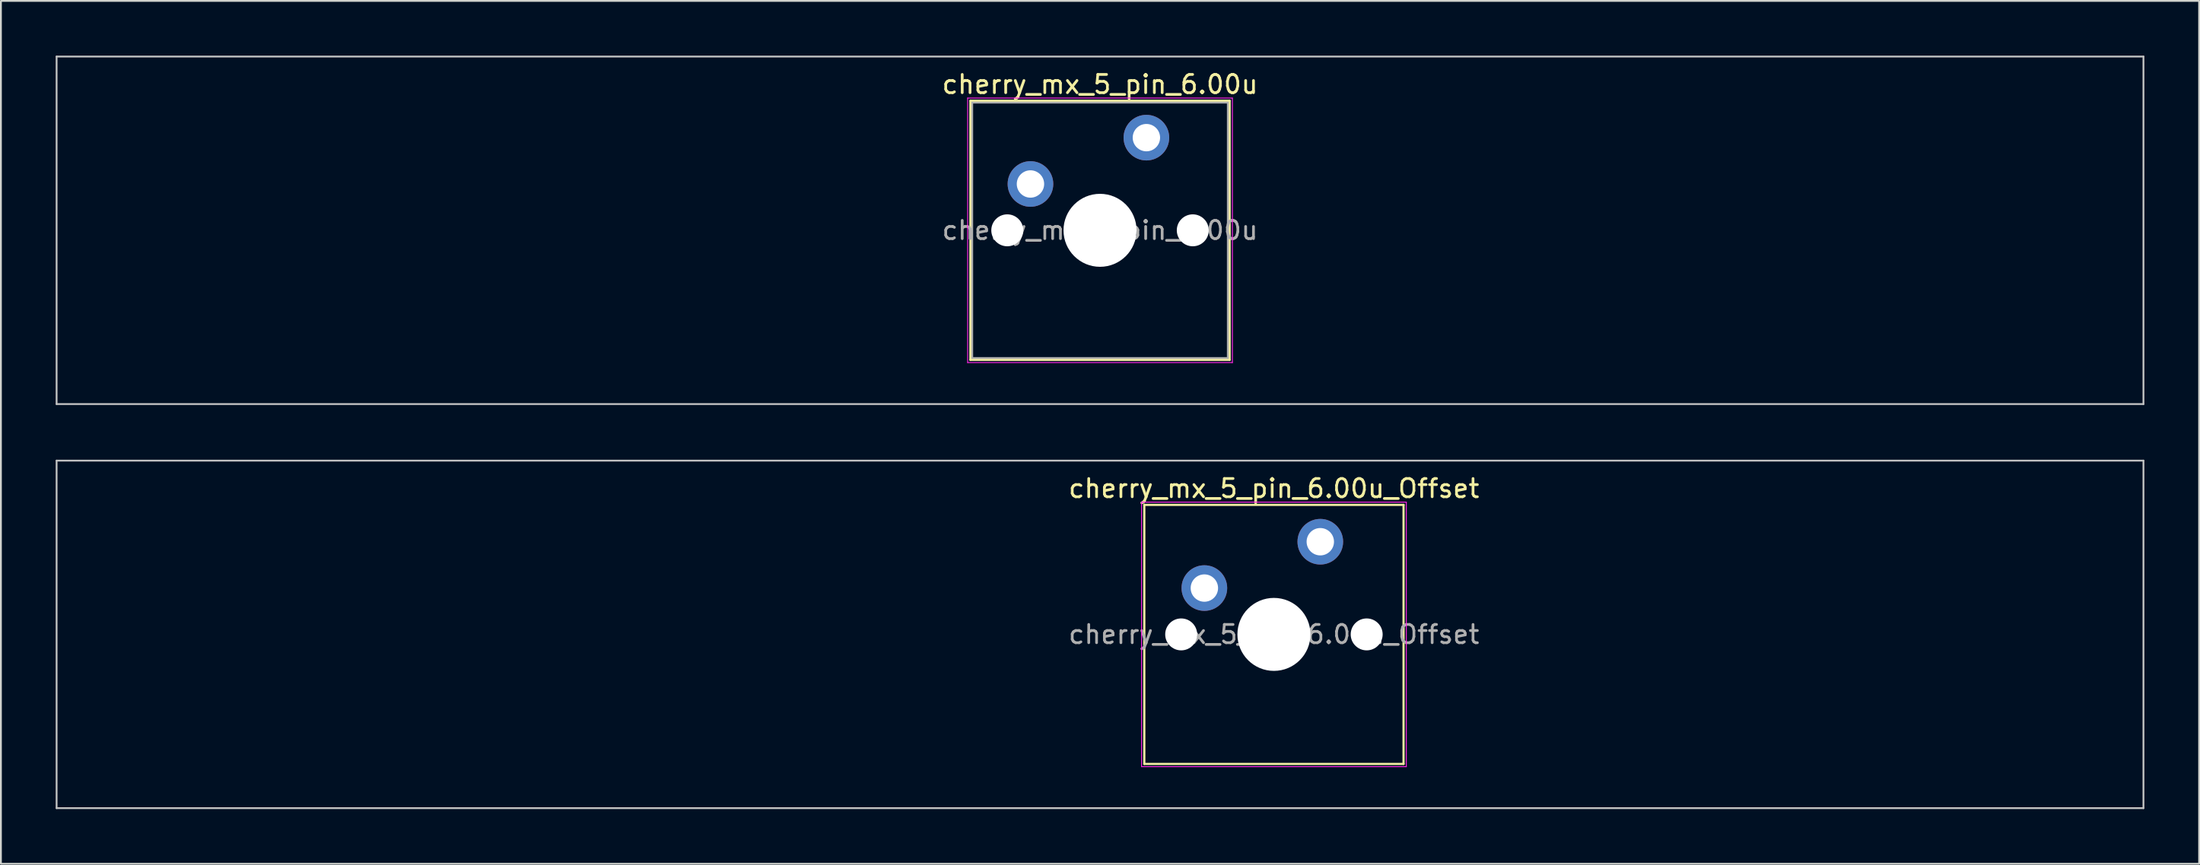
<source format=kicad_pcb>
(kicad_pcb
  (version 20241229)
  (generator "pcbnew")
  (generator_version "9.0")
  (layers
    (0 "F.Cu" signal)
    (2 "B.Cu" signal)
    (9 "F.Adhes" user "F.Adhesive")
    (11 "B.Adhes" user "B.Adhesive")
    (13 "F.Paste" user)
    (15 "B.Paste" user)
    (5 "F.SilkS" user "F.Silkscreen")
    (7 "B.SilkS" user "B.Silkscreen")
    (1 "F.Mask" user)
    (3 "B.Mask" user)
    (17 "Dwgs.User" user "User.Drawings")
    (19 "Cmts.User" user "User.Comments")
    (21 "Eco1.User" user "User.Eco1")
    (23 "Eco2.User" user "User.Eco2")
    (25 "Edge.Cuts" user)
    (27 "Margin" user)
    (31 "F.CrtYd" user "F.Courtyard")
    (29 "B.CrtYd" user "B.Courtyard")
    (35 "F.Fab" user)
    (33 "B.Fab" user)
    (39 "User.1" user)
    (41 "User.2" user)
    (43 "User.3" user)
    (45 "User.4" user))
  (footprint "cherry_mx_5_pin_6.00u"
    (layer "F.Cu")
    (at 57.2 9.575)
    (property "Reference" "cherry_mx_5_pin_6.00u" (at 0 -8 0) (layer "F.SilkS") (effects (font (size 1 1) (thickness 0.15))))
    (attr through_hole)
    (fp_line (start -7.1 -7.1) (end -7.1 7.1) (stroke (width 0.12) (type solid)) (layer "F.SilkS"))
    (fp_line (start -7.1 7.1) (end 7.1 7.1) (stroke (width 0.12) (type solid)) (layer "F.SilkS"))
    (fp_line (start 7.1 -7.1) (end -7.1 -7.1) (stroke (width 0.12) (type solid)) (layer "F.SilkS"))
    (fp_line (start 7.1 7.1) (end 7.1 -7.1) (stroke (width 0.12) (type solid)) (layer "F.SilkS"))
    (fp_line (start -57.15 -9.525) (end -57.15 9.525) (stroke (width 0.1) (type solid)) (layer "Dwgs.User"))
    (fp_line (start -57.15 9.525) (end 57.15 9.525) (stroke (width 0.1) (type solid)) (layer "Dwgs.User"))
    (fp_line (start 57.15 -9.525) (end -57.15 -9.525) (stroke (width 0.1) (type solid)) (layer "Dwgs.User"))
    (fp_line (start 57.15 9.525) (end 57.15 -9.525) (stroke (width 0.1) (type solid)) (layer "Dwgs.User"))
    (fp_line (start -7 -7) (end -7 7) (stroke (width 0.1) (type solid)) (layer "Eco1.User"))
    (fp_line (start -7 7) (end 7 7) (stroke (width 0.1) (type solid)) (layer "Eco1.User"))
    (fp_line (start 7 -7) (end -7 -7) (stroke (width 0.1) (type solid)) (layer "Eco1.User"))
    (fp_line (start 7 7) (end 7 -7) (stroke (width 0.1) (type solid)) (layer "Eco1.User"))
    (fp_line (start -7.25 -7.25) (end -7.25 7.25) (stroke (width 0.05) (type solid)) (layer "F.CrtYd"))
    (fp_line (start -7.25 7.25) (end 7.25 7.25) (stroke (width 0.05) (type solid)) (layer "F.CrtYd"))
    (fp_line (start 7.25 -7.25) (end -7.25 -7.25) (stroke (width 0.05) (type solid)) (layer "F.CrtYd"))
    (fp_line (start 7.25 7.25) (end 7.25 -7.25) (stroke (width 0.05) (type solid)) (layer "F.CrtYd"))
    (fp_line (start -7 -7) (end -7 7) (stroke (width 0.1) (type solid)) (layer "F.Fab"))
    (fp_line (start -7 7) (end 7 7) (stroke (width 0.1) (type solid)) (layer "F.Fab"))
    (fp_line (start 7 -7) (end -7 -7) (stroke (width 0.1) (type solid)) (layer "F.Fab"))
    (fp_line (start 7 7) (end 7 -7) (stroke (width 0.1) (type solid)) (layer "F.Fab"))
    (fp_text user "${REFERENCE}" (at 0 0 0) (layer "F.Fab") (effects (font (size 1 1) (thickness 0.15))))
    (pad "" np_thru_hole circle (at -5.08 0) (size 1.75 1.75) (drill 1.75) (layers "*.Cu" "*.Mask"))
    (pad "" smd circle (at -3.81 -2.54) (size 1.55 1.55) (layers "F.Mask"))
    (pad "" np_thru_hole circle (at 0 0) (size 4 4) (drill 4) (layers "*.Cu" "*.Mask"))
    (pad "" smd circle (at 2.54 -5.08) (size 1.55 1.55) (layers "F.Mask"))
    (pad "" np_thru_hole circle (at 5.08 0) (size 1.75 1.75) (drill 1.75) (layers "*.Cu" "*.Mask"))
    (pad "1" thru_hole circle (at -3.81 -2.54) (size 2.5 2.5) (drill 1.5) (layers "*.Cu" "B.Mask"))
    (pad "2" thru_hole circle (at 2.54 -5.08) (size 2.5 2.5) (drill 1.5) (layers "*.Cu" "B.Mask")))
  (footprint "cherry_mx_5_pin_6.00u_Offset"
    (layer "F.Cu")
    (at 66.725 31.725)
    (property "Reference" "cherry_mx_5_pin_6.00u_Offset" (at 0 -8 0) (layer "F.SilkS") (effects (font (size 1 1) (thickness 0.15))))
    (fp_line (start -7.1 -7.1) (end -7.1 7.1) (stroke (width 0.12) (type solid)) (layer "F.SilkS"))
    (fp_line (start -7.1 7.1) (end 7.1 7.1) (stroke (width 0.12) (type solid)) (layer "F.SilkS"))
    (fp_line (start 7.1 -7.1) (end -7.1 -7.1) (stroke (width 0.12) (type solid)) (layer "F.SilkS"))
    (fp_line (start 7.1 7.1) (end 7.1 -7.1) (stroke (width 0.12) (type solid)) (layer "F.SilkS"))
    (fp_line (start -66.675 -9.525) (end -66.675 9.525) (stroke (width 0.1) (type solid)) (layer "Dwgs.User"))
    (fp_line (start -66.675 9.525) (end 47.625 9.525) (stroke (width 0.1) (type solid)) (layer "Dwgs.User"))
    (fp_line (start 47.625 -9.525) (end -66.675 -9.525) (stroke (width 0.1) (type solid)) (layer "Dwgs.User"))
    (fp_line (start 47.625 9.525) (end 47.625 -9.525) (stroke (width 0.1) (type solid)) (layer "Dwgs.User"))
    (fp_line (start -61.1 -2.6) (end -61.1 -0.2) (stroke (width 0.1) (type solid)) (layer "Eco2.User"))
    (fp_line (start -60.9 -2.8) (end -60.4 -2.8) (stroke (width 0.1) (type solid)) (layer "Eco2.User"))
    (fp_line (start -60.9 -0.00038) (end -60.4 -0.00038) (stroke (width 0.1) (type solid)) (layer "Eco2.User"))
    (fp_line (start -60.4 -5.5) (end -60.4 -2.8) (stroke (width 0.1) (type solid)) (layer "Eco2.User"))
    (fp_line (start -60.4 -0.00038) (end -60.4 6) (stroke (width 0.1) (type solid)) (layer "Eco2.User"))
    (fp_line (start -59.9 -6) (end -54.15 -6) (stroke (width 0.1) (type solid)) (layer "Eco2.User"))
    (fp_line (start -59.9 6.5) (end -59.175 6.5) (stroke (width 0.1) (type solid)) (layer "Eco2.User"))
    (fp_line (start -58.175 7.5) (end -55.875 7.5) (stroke (width 0.1) (type solid)) (layer "Eco2.User"))
    (fp_line (start -54.875 6.5) (end -54.15 6.5) (stroke (width 0.1) (type solid)) (layer "Eco2.User"))
    (fp_line (start -53.65 6) (end -53.65 5.5) (stroke (width 0.1) (type solid)) (layer "Eco2.User"))
    (fp_line (start -53.15 -5) (end -7.5 -5) (stroke (width 0.1) (type solid)) (layer "Eco2.User"))
    (fp_line (start -53.15 5) (end -7.5 5) (stroke (width 0.1) (type solid)) (layer "Eco2.User"))
    (fp_line (start -7 -6.5) (end -7 -5.5) (stroke (width 0.1) (type solid)) (layer "Eco2.User"))
    (fp_line (start -7 5.5) (end -7 6.5) (stroke (width 0.1) (type solid)) (layer "Eco2.User"))
    (fp_line (start -6.5 -7) (end 6.5 -7) (stroke (width 0.1) (type solid)) (layer "Eco2.User"))
    (fp_line (start -6.5 7) (end 6.5 7) (stroke (width 0.1) (type solid)) (layer "Eco2.User"))
    (fp_line (start 7 5.5) (end 7 6.5) (stroke (width 0.1) (type solid)) (layer "Eco2.User"))
    (fp_line (start 7 -6.5) (end 7 -5.5) (stroke (width 0.1) (type solid)) (layer "Eco2.User"))
    (fp_line (start 7.5 5) (end 34.1 5) (stroke (width 0.1) (type solid)) (layer "Eco2.User"))
    (fp_line (start 7.5 -5) (end 34.1 -5) (stroke (width 0.1) (type solid)) (layer "Eco2.User"))
    (fp_line (start 34.6 5.5) (end 34.6 6) (stroke (width 0.1) (type solid)) (layer "Eco2.User"))
    (fp_line (start 35.825 6.5) (end 35.1 6.5) (stroke (width 0.1) (type solid)) (layer "Eco2.User"))
    (fp_line (start 39.125 7.5) (end 36.825 7.5) (stroke (width 0.1) (type solid)) (layer "Eco2.User"))
    (fp_line (start 40.85 -6) (end 35.1 -6) (stroke (width 0.1) (type solid)) (layer "Eco2.User"))
    (fp_line (start 40.85 6.5) (end 40.125 6.5) (stroke (width 0.1) (type solid)) (layer "Eco2.User"))
    (fp_line (start 41.35 -5.5) (end 41.35 -2.8) (stroke (width 0.1) (type solid)) (layer "Eco2.User"))
    (fp_line (start 41.35 0) (end 41.35 6) (stroke (width 0.1) (type solid)) (layer "Eco2.User"))
    (fp_line (start 41.85 -2.8) (end 41.35 -2.8) (stroke (width 0.1) (type solid)) (layer "Eco2.User"))
    (fp_line (start 41.85 0) (end 41.35 0) (stroke (width 0.1) (type solid)) (layer "Eco2.User"))
    (fp_line (start 42.05 -2.6) (end 42.05 -0.2) (stroke (width 0.1) (type solid)) (layer "Eco2.User"))
    (fp_arc (start -61.1 -2.60038) (mid -61.041421 -2.741801) (end -60.9 -2.80038) (stroke (width 0.1) (type solid)) (layer "Eco2.User"))
    (fp_arc (start -60.9 -0.00038) (mid -61.041421 -0.058959) (end -61.1 -0.20038) (stroke (width 0.1) (type solid)) (layer "Eco2.User"))
    (fp_arc (start -60.4 -5.50038) (mid -60.253553 -5.853933) (end -59.9 -6.00038) (stroke (width 0.1) (type solid)) (layer "Eco2.User"))
    (fp_arc (start -59.9 6.49962) (mid -60.253553 6.353173) (end -60.4 5.99962) (stroke (width 0.1) (type solid)) (layer "Eco2.User"))
    (fp_arc (start -59.175 6.49962) (mid -58.821447 6.646067) (end -58.675 6.99962) (stroke (width 0.1) (type solid)) (layer "Eco2.User"))
    (fp_arc (start -58.175 7.49962) (mid -58.528553 7.353173) (end -58.675 6.99962) (stroke (width 0.1) (type solid)) (layer "Eco2.User"))
    (fp_arc (start -55.375 6.99962) (mid -55.521447 7.353173) (end -55.875 7.49962) (stroke (width 0.1) (type solid)) (layer "Eco2.User"))
    (fp_arc (start -55.375 6.99962) (mid -55.228553 6.646067) (end -54.875 6.49962) (stroke (width 0.1) (type solid)) (layer "Eco2.User"))
    (fp_arc (start -54.15 -6.00038) (mid -53.796447 -5.853933) (end -53.65 -5.50038) (stroke (width 0.1) (type solid)) (layer "Eco2.User"))
    (fp_arc (start -53.65 5.49962) (mid -53.503553 5.146067) (end -53.15 4.99962) (stroke (width 0.1) (type solid)) (layer "Eco2.User"))
    (fp_arc (start -53.65 5.99962) (mid -53.796447 6.353173) (end -54.15 6.49962) (stroke (width 0.1) (type solid)) (layer "Eco2.User"))
    (fp_arc (start -53.15 -5.00038) (mid -53.503553 -5.146827) (end -53.65 -5.50038) (stroke (width 0.1) (type solid)) (layer "Eco2.User"))
    (fp_arc (start -7.5 5) (mid -7.146447 5.146447) (end -7 5.5) (stroke (width 0.1) (type solid)) (layer "Eco2.User"))
    (fp_arc (start -7 -6.5) (mid -6.853553 -6.853553) (end -6.5 -7) (stroke (width 0.1) (type solid)) (layer "Eco2.User"))
    (fp_arc (start -7 -5.5) (mid -7.146447 -5.146447) (end -7.5 -5) (stroke (width 0.1) (type solid)) (layer "Eco2.User"))
    (fp_arc (start -6.5 7) (mid -6.853553 6.853553) (end -7 6.5) (stroke (width 0.1) (type solid)) (layer "Eco2.User"))
    (fp_arc (start 6.5 -7) (mid 6.853553 -6.853553) (end 7 -6.5) (stroke (width 0.1) (type solid)) (layer "Eco2.User"))
    (fp_arc (start 6.999672 5.500007) (mid 7.146119 5.146454) (end 7.499672 5.000007) (stroke (width 0.1) (type solid)) (layer "Eco2.User"))
    (fp_arc (start 6.999672 6.500007) (mid 6.853225 6.85356) (end 6.499672 7.000007) (stroke (width 0.1) (type solid)) (layer "Eco2.User"))
    (fp_arc (start 7.5 -5) (mid 7.146447 -5.146447) (end 7 -5.5) (stroke (width 0.1) (type solid)) (layer "Eco2.User"))
    (fp_arc (start 34.1 5) (mid 34.453553 5.146447) (end 34.6 5.5) (stroke (width 0.1) (type solid)) (layer "Eco2.User"))
    (fp_arc (start 34.6 -5.5) (mid 34.453553 -5.146447) (end 34.1 -5) (stroke (width 0.1) (type solid)) (layer "Eco2.User"))
    (fp_arc (start 34.6 -5.5) (mid 34.746447 -5.853553) (end 35.1 -6) (stroke (width 0.1) (type solid)) (layer "Eco2.User"))
    (fp_arc (start 35.1 6.5) (mid 34.746447 6.353553) (end 34.6 6) (stroke (width 0.1) (type solid)) (layer "Eco2.User"))
    (fp_arc (start 35.825 6.5) (mid 36.178553 6.646447) (end 36.325 7) (stroke (width 0.1) (type solid)) (layer "Eco2.User"))
    (fp_arc (start 36.825 7.5) (mid 36.471446 7.353554) (end 36.325 7) (stroke (width 0.1) (type solid)) (layer "Eco2.User"))
    (fp_arc (start 39.625 7) (mid 39.478555 7.353556) (end 39.125 7.5) (stroke (width 0.1) (type solid)) (layer "Eco2.User"))
    (fp_arc (start 39.625 7) (mid 39.771448 6.64645) (end 40.125 6.5) (stroke (width 0.1) (type solid)) (layer "Eco2.User"))
    (fp_arc (start 40.85 -6) (mid 41.203553 -5.853553) (end 41.35 -5.5) (stroke (width 0.1) (type solid)) (layer "Eco2.User"))
    (fp_arc (start 41.35 6) (mid 41.203555 6.353556) (end 40.85 6.5) (stroke (width 0.1) (type solid)) (layer "Eco2.User"))
    (fp_arc (start 41.85 -2.8) (mid 41.991435 -2.741435) (end 42.05 -2.6) (stroke (width 0.1) (type solid)) (layer "Eco2.User"))
    (fp_arc (start 42.05 -0.2) (mid 41.991402 -0.058626) (end 41.85 0) (stroke (width 0.1) (type solid)) (layer "Eco2.User"))
    (fp_line (start -7.25 -7.25) (end -7.25 7.25) (stroke (width 0.05) (type solid)) (layer "F.CrtYd"))
    (fp_line (start -7.25 7.25) (end 7.25 7.25) (stroke (width 0.05) (type solid)) (layer "F.CrtYd"))
    (fp_line (start 7.25 -7.25) (end -7.25 -7.25) (stroke (width 0.05) (type solid)) (layer "F.CrtYd"))
    (fp_line (start 7.25 7.25) (end 7.25 -7.25) (stroke (width 0.05) (type solid)) (layer "F.CrtYd"))
    (fp_text user "${REFERENCE}" (at 0 0 0) (layer "F.Fab") (effects (font (size 1 1) (thickness 0.15))))
    (pad "" np_thru_hole circle (at -5.08 0) (size 1.75 1.75) (drill 1.75) (layers "*.Cu" "*.Mask"))
    (pad "" smd circle (at -3.81 -2.54) (size 1.55 1.55) (layers "F.Mask"))
    (pad "" np_thru_hole circle (at 0 0) (size 4 4) (drill 4) (layers "*.Cu" "*.Mask"))
    (pad "" smd circle (at 2.54 -5.08) (size 1.55 1.55) (layers "F.Mask"))
    (pad "" np_thru_hole circle (at 5.08 0) (size 1.75 1.75) (drill 1.75) (layers "*.Cu" "*.Mask"))
    (pad "1" thru_hole circle (at -3.81 -2.54) (size 2.5 2.5) (drill 1.5) (layers "*.Cu" "B.Mask"))
    (pad "2" thru_hole circle (at 2.54 -5.08) (size 2.5 2.5) (drill 1.5) (layers "*.Cu" "B.Mask")))
  (gr_rect
    (start -3 -3)
    (end 117.4 44.3)
    (stroke (width 0.1) (type default))
    (fill no)
    (layer "Edge.Cuts")))
</source>
